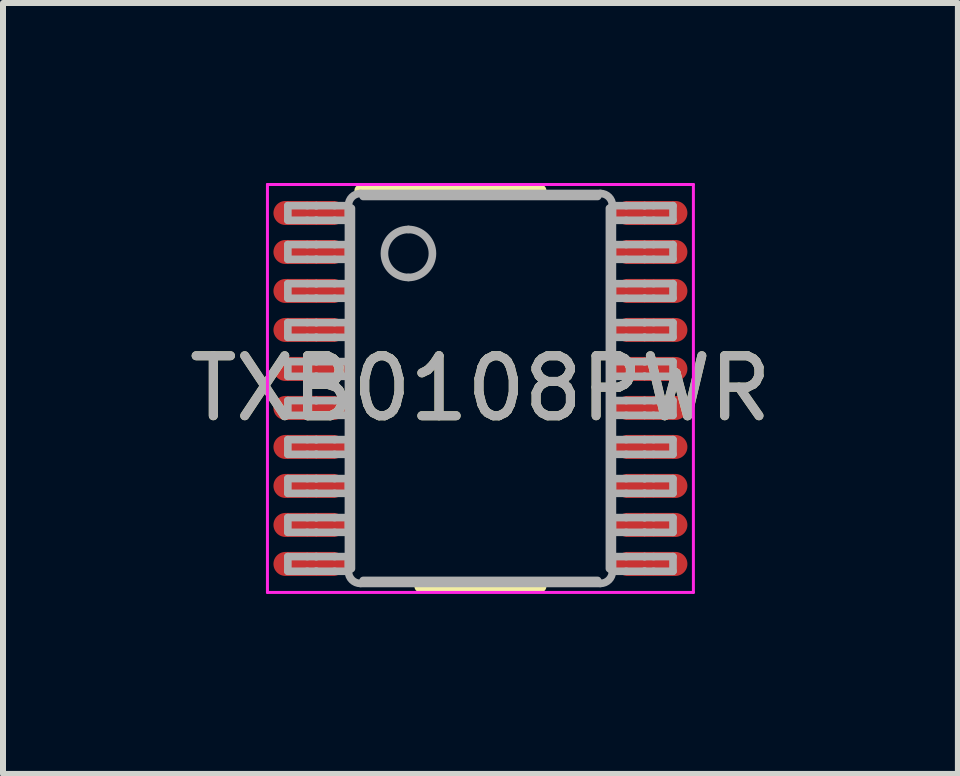
<source format=kicad_pcb>
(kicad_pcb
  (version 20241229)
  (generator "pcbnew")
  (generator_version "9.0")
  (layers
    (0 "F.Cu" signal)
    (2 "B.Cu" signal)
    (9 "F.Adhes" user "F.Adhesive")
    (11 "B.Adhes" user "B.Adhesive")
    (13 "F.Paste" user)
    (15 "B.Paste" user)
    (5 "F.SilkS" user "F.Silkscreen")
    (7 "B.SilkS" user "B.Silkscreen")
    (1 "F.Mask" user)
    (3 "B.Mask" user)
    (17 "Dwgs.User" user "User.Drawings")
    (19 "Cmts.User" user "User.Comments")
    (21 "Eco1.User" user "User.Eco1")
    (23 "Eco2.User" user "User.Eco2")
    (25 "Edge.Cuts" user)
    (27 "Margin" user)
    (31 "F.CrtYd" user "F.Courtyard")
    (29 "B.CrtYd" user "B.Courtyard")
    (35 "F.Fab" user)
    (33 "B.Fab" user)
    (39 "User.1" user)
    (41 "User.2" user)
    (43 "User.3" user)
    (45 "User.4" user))
  (footprint "TXB0108PWR"
    (layer "F.Cu")
    (at 4.958 3.425)
    (property "Reference" "TXB0108PWR" (at 0 0 0) (unlocked yes) (layer "F.SilkS") (effects (font (size 1 1) (thickness 0.15))))
    (attr smd)
    (fp_line (start -2 -3.3) (end 1 -3.3) (stroke (width 0.2) (type solid)) (layer "F.SilkS"))
    (fp_line (start -1 3.3) (end 1 3.3) (stroke (width 0.2) (type solid)) (layer "F.SilkS"))
    (fp_line (start -3.55 -3.4) (end 3.55 -3.4) (stroke (width 0.05) (type solid)) (layer "F.CrtYd"))
    (fp_line (start -3.55 3.4) (end -3.55 -3.4) (stroke (width 0.05) (type solid)) (layer "F.CrtYd"))
    (fp_line (start -3.55 3.4) (end 3.55 3.4) (stroke (width 0.05) (type solid)) (layer "F.CrtYd"))
    (fp_line (start 3.55 3.4) (end 3.55 -3.4) (stroke (width 0.05) (type solid)) (layer "F.CrtYd"))
    (fp_line (start -3.21 -3.047) (end -2.887 -3.047) (stroke (width 0.127) (type solid)) (layer "F.Fab"))
    (fp_line (start -3.21 -2.803) (end -3.21 -3.047) (stroke (width 0.127) (type solid)) (layer "F.Fab"))
    (fp_line (start -3.21 -2.803) (end -2.887 -2.803) (stroke (width 0.127) (type solid)) (layer "F.Fab"))
    (fp_line (start -3.21 -2.398) (end -2.887 -2.398) (stroke (width 0.127) (type solid)) (layer "F.Fab"))
    (fp_line (start -3.21 -2.152) (end -3.21 -2.398) (stroke (width 0.127) (type solid)) (layer "F.Fab"))
    (fp_line (start -3.21 -2.152) (end -2.887 -2.152) (stroke (width 0.127) (type solid)) (layer "F.Fab"))
    (fp_line (start -3.21 -1.747) (end -2.887 -1.747) (stroke (width 0.127) (type solid)) (layer "F.Fab"))
    (fp_line (start -3.21 -1.503) (end -3.21 -1.747) (stroke (width 0.127) (type solid)) (layer "F.Fab"))
    (fp_line (start -3.21 -1.503) (end -2.887 -1.503) (stroke (width 0.127) (type solid)) (layer "F.Fab"))
    (fp_line (start -3.21 -1.098) (end -2.887 -1.098) (stroke (width 0.127) (type solid)) (layer "F.Fab"))
    (fp_line (start -3.21 -0.852) (end -3.21 -1.098) (stroke (width 0.127) (type solid)) (layer "F.Fab"))
    (fp_line (start -3.21 -0.852) (end -2.887 -0.852) (stroke (width 0.127) (type solid)) (layer "F.Fab"))
    (fp_line (start -3.21 -0.447) (end -2.887 -0.447) (stroke (width 0.127) (type solid)) (layer "F.Fab"))
    (fp_line (start -3.21 -0.202) (end -3.21 -0.447) (stroke (width 0.127) (type solid)) (layer "F.Fab"))
    (fp_line (start -3.21 -0.202) (end -2.887 -0.202) (stroke (width 0.127) (type solid)) (layer "F.Fab"))
    (fp_line (start -3.21 0.202) (end -2.887 0.202) (stroke (width 0.127) (type solid)) (layer "F.Fab"))
    (fp_line (start -3.21 0.448) (end -3.21 0.202) (stroke (width 0.127) (type solid)) (layer "F.Fab"))
    (fp_line (start -3.21 0.448) (end -2.887 0.448) (stroke (width 0.127) (type solid)) (layer "F.Fab"))
    (fp_line (start -3.21 0.853) (end -2.887 0.853) (stroke (width 0.127) (type solid)) (layer "F.Fab"))
    (fp_line (start -3.21 1.098) (end -3.21 0.853) (stroke (width 0.127) (type solid)) (layer "F.Fab"))
    (fp_line (start -3.21 1.098) (end -2.887 1.098) (stroke (width 0.127) (type solid)) (layer "F.Fab"))
    (fp_line (start -3.21 1.503) (end -2.887 1.503) (stroke (width 0.127) (type solid)) (layer "F.Fab"))
    (fp_line (start -3.21 1.748) (end -3.21 1.503) (stroke (width 0.127) (type solid)) (layer "F.Fab"))
    (fp_line (start -3.21 1.748) (end -2.887 1.748) (stroke (width 0.127) (type solid)) (layer "F.Fab"))
    (fp_line (start -3.21 2.153) (end -2.887 2.153) (stroke (width 0.127) (type solid)) (layer "F.Fab"))
    (fp_line (start -3.21 2.398) (end -3.21 2.153) (stroke (width 0.127) (type solid)) (layer "F.Fab"))
    (fp_line (start -3.21 2.398) (end -2.887 2.398) (stroke (width 0.127) (type solid)) (layer "F.Fab"))
    (fp_line (start -3.21 2.803) (end -2.887 2.803) (stroke (width 0.127) (type solid)) (layer "F.Fab"))
    (fp_line (start -3.21 3.047) (end -3.21 2.803) (stroke (width 0.127) (type solid)) (layer "F.Fab"))
    (fp_line (start -3.21 3.047) (end -2.887 3.047) (stroke (width 0.127) (type solid)) (layer "F.Fab"))
    (fp_line (start -2.887 -3.047) (end -2.739 -3.047) (stroke (width 0.127) (type solid)) (layer "F.Fab"))
    (fp_line (start -2.887 -2.803) (end -2.739 -2.803) (stroke (width 0.127) (type solid)) (layer "F.Fab"))
    (fp_line (start -2.887 -2.398) (end -2.739 -2.398) (stroke (width 0.127) (type solid)) (layer "F.Fab"))
    (fp_line (start -2.887 -2.152) (end -2.739 -2.152) (stroke (width 0.127) (type solid)) (layer "F.Fab"))
    (fp_line (start -2.887 -1.747) (end -2.739 -1.747) (stroke (width 0.127) (type solid)) (layer "F.Fab"))
    (fp_line (start -2.887 -1.503) (end -2.739 -1.503) (stroke (width 0.127) (type solid)) (layer "F.Fab"))
    (fp_line (start -2.887 -1.098) (end -2.739 -1.098) (stroke (width 0.127) (type solid)) (layer "F.Fab"))
    (fp_line (start -2.887 -0.852) (end -2.739 -0.852) (stroke (width 0.127) (type solid)) (layer "F.Fab"))
    (fp_line (start -2.887 -0.447) (end -2.739 -0.447) (stroke (width 0.127) (type solid)) (layer "F.Fab"))
    (fp_line (start -2.887 -0.202) (end -2.739 -0.202) (stroke (width 0.127) (type solid)) (layer "F.Fab"))
    (fp_line (start -2.887 0.202) (end -2.739 0.202) (stroke (width 0.127) (type solid)) (layer "F.Fab"))
    (fp_line (start -2.887 0.448) (end -2.739 0.448) (stroke (width 0.127) (type solid)) (layer "F.Fab"))
    (fp_line (start -2.887 0.853) (end -2.739 0.853) (stroke (width 0.127) (type solid)) (layer "F.Fab"))
    (fp_line (start -2.887 1.098) (end -2.739 1.098) (stroke (width 0.127) (type solid)) (layer "F.Fab"))
    (fp_line (start -2.887 1.503) (end -2.739 1.503) (stroke (width 0.127) (type solid)) (layer "F.Fab"))
    (fp_line (start -2.887 1.748) (end -2.739 1.748) (stroke (width 0.127) (type solid)) (layer "F.Fab"))
    (fp_line (start -2.887 2.153) (end -2.739 2.153) (stroke (width 0.127) (type solid)) (layer "F.Fab"))
    (fp_line (start -2.887 2.398) (end -2.739 2.398) (stroke (width 0.127) (type solid)) (layer "F.Fab"))
    (fp_line (start -2.887 2.803) (end -2.739 2.803) (stroke (width 0.127) (type solid)) (layer "F.Fab"))
    (fp_line (start -2.887 3.047) (end -2.739 3.047) (stroke (width 0.127) (type solid)) (layer "F.Fab"))
    (fp_line (start -2.739 -3.047) (end -2.733 -3.047) (stroke (width 0.127) (type solid)) (layer "F.Fab"))
    (fp_line (start -2.739 -2.803) (end -2.733 -2.803) (stroke (width 0.127) (type solid)) (layer "F.Fab"))
    (fp_line (start -2.739 -2.398) (end -2.733 -2.398) (stroke (width 0.127) (type solid)) (layer "F.Fab"))
    (fp_line (start -2.739 -2.152) (end -2.733 -2.152) (stroke (width 0.127) (type solid)) (layer "F.Fab"))
    (fp_line (start -2.739 -1.747) (end -2.733 -1.747) (stroke (width 0.127) (type solid)) (layer "F.Fab"))
    (fp_line (start -2.739 -1.503) (end -2.733 -1.503) (stroke (width 0.127) (type solid)) (layer "F.Fab"))
    (fp_line (start -2.739 -1.098) (end -2.733 -1.098) (stroke (width 0.127) (type solid)) (layer "F.Fab"))
    (fp_line (start -2.739 -0.852) (end -2.733 -0.852) (stroke (width 0.127) (type solid)) (layer "F.Fab"))
    (fp_line (start -2.739 -0.447) (end -2.733 -0.447) (stroke (width 0.127) (type solid)) (layer "F.Fab"))
    (fp_line (start -2.739 -0.202) (end -2.733 -0.202) (stroke (width 0.127) (type solid)) (layer "F.Fab"))
    (fp_line (start -2.739 0.202) (end -2.733 0.202) (stroke (width 0.127) (type solid)) (layer "F.Fab"))
    (fp_line (start -2.739 0.448) (end -2.733 0.448) (stroke (width 0.127) (type solid)) (layer "F.Fab"))
    (fp_line (start -2.739 0.853) (end -2.733 0.853) (stroke (width 0.127) (type solid)) (layer "F.Fab"))
    (fp_line (start -2.739 1.098) (end -2.733 1.098) (stroke (width 0.127) (type solid)) (layer "F.Fab"))
    (fp_line (start -2.739 1.503) (end -2.733 1.503) (stroke (width 0.127) (type solid)) (layer "F.Fab"))
    (fp_line (start -2.739 1.748) (end -2.733 1.748) (stroke (width 0.127) (type solid)) (layer "F.Fab"))
    (fp_line (start -2.739 2.153) (end -2.733 2.153) (stroke (width 0.127) (type solid)) (layer "F.Fab"))
    (fp_line (start -2.739 2.398) (end -2.733 2.398) (stroke (width 0.127) (type solid)) (layer "F.Fab"))
    (fp_line (start -2.739 2.803) (end -2.733 2.803) (stroke (width 0.127) (type solid)) (layer "F.Fab"))
    (fp_line (start -2.739 3.047) (end -2.733 3.047) (stroke (width 0.127) (type solid)) (layer "F.Fab"))
    (fp_line (start -2.733 -3.047) (end -2.431 -3.047) (stroke (width 0.127) (type solid)) (layer "F.Fab"))
    (fp_line (start -2.733 -2.803) (end -2.431 -2.803) (stroke (width 0.127) (type solid)) (layer "F.Fab"))
    (fp_line (start -2.733 -2.398) (end -2.431 -2.398) (stroke (width 0.127) (type solid)) (layer "F.Fab"))
    (fp_line (start -2.733 -2.152) (end -2.431 -2.152) (stroke (width 0.127) (type solid)) (layer "F.Fab"))
    (fp_line (start -2.733 -1.747) (end -2.431 -1.747) (stroke (width 0.127) (type solid)) (layer "F.Fab"))
    (fp_line (start -2.733 -1.503) (end -2.431 -1.503) (stroke (width 0.127) (type solid)) (layer "F.Fab"))
    (fp_line (start -2.733 -1.098) (end -2.431 -1.098) (stroke (width 0.127) (type solid)) (layer "F.Fab"))
    (fp_line (start -2.733 -0.852) (end -2.431 -0.852) (stroke (width 0.127) (type solid)) (layer "F.Fab"))
    (fp_line (start -2.733 -0.447) (end -2.431 -0.447) (stroke (width 0.127) (type solid)) (layer "F.Fab"))
    (fp_line (start -2.733 -0.202) (end -2.431 -0.202) (stroke (width 0.127) (type solid)) (layer "F.Fab"))
    (fp_line (start -2.733 0.202) (end -2.431 0.202) (stroke (width 0.127) (type solid)) (layer "F.Fab"))
    (fp_line (start -2.733 0.448) (end -2.431 0.448) (stroke (width 0.127) (type solid)) (layer "F.Fab"))
    (fp_line (start -2.733 0.853) (end -2.431 0.853) (stroke (width 0.127) (type solid)) (layer "F.Fab"))
    (fp_line (start -2.733 1.098) (end -2.431 1.098) (stroke (width 0.127) (type solid)) (layer "F.Fab"))
    (fp_line (start -2.733 1.503) (end -2.431 1.503) (stroke (width 0.127) (type solid)) (layer "F.Fab"))
    (fp_line (start -2.733 1.748) (end -2.431 1.748) (stroke (width 0.127) (type solid)) (layer "F.Fab"))
    (fp_line (start -2.733 2.153) (end -2.431 2.153) (stroke (width 0.127) (type solid)) (layer "F.Fab"))
    (fp_line (start -2.733 2.398) (end -2.431 2.398) (stroke (width 0.127) (type solid)) (layer "F.Fab"))
    (fp_line (start -2.733 2.803) (end -2.431 2.803) (stroke (width 0.127) (type solid)) (layer "F.Fab"))
    (fp_line (start -2.733 3.047) (end -2.431 3.047) (stroke (width 0.127) (type solid)) (layer "F.Fab"))
    (fp_line (start -2.431 -3.047) (end -2.2 -3.047) (stroke (width 0.127) (type solid)) (layer "F.Fab"))
    (fp_line (start -2.431 -2.803) (end -2.2 -2.803) (stroke (width 0.127) (type solid)) (layer "F.Fab"))
    (fp_line (start -2.431 -2.398) (end -2.2 -2.398) (stroke (width 0.127) (type solid)) (layer "F.Fab"))
    (fp_line (start -2.431 -2.152) (end -2.2 -2.152) (stroke (width 0.127) (type solid)) (layer "F.Fab"))
    (fp_line (start -2.431 -1.747) (end -2.2 -1.747) (stroke (width 0.127) (type solid)) (layer "F.Fab"))
    (fp_line (start -2.431 -1.503) (end -2.2 -1.503) (stroke (width 0.127) (type solid)) (layer "F.Fab"))
    (fp_line (start -2.431 -1.098) (end -2.2 -1.098) (stroke (width 0.127) (type solid)) (layer "F.Fab"))
    (fp_line (start -2.431 -0.852) (end -2.2 -0.852) (stroke (width 0.127) (type solid)) (layer "F.Fab"))
    (fp_line (start -2.431 -0.447) (end -2.2 -0.447) (stroke (width 0.127) (type solid)) (layer "F.Fab"))
    (fp_line (start -2.431 -0.202) (end -2.2 -0.202) (stroke (width 0.127) (type solid)) (layer "F.Fab"))
    (fp_line (start -2.431 0.202) (end -2.2 0.202) (stroke (width 0.127) (type solid)) (layer "F.Fab"))
    (fp_line (start -2.431 0.448) (end -2.2 0.448) (stroke (width 0.127) (type solid)) (layer "F.Fab"))
    (fp_line (start -2.431 0.853) (end -2.2 0.853) (stroke (width 0.127) (type solid)) (layer "F.Fab"))
    (fp_line (start -2.431 1.098) (end -2.2 1.098) (stroke (width 0.127) (type solid)) (layer "F.Fab"))
    (fp_line (start -2.431 1.503) (end -2.2 1.503) (stroke (width 0.127) (type solid)) (layer "F.Fab"))
    (fp_line (start -2.431 1.748) (end -2.2 1.748) (stroke (width 0.127) (type solid)) (layer "F.Fab"))
    (fp_line (start -2.431 2.153) (end -2.2 2.153) (stroke (width 0.127) (type solid)) (layer "F.Fab"))
    (fp_line (start -2.431 2.398) (end -2.2 2.398) (stroke (width 0.127) (type solid)) (layer "F.Fab"))
    (fp_line (start -2.431 2.803) (end -2.2 2.803) (stroke (width 0.127) (type solid)) (layer "F.Fab"))
    (fp_line (start -2.431 3.047) (end -2.2 3.047) (stroke (width 0.127) (type solid)) (layer "F.Fab"))
    (fp_line (start -2.2 -2.803) (end -2.2 -3.047) (stroke (width 0.127) (type solid)) (layer "F.Fab"))
    (fp_line (start -2.2 -2.152) (end -2.2 -2.398) (stroke (width 0.127) (type solid)) (layer "F.Fab"))
    (fp_line (start -2.2 -1.503) (end -2.2 -1.747) (stroke (width 0.127) (type solid)) (layer "F.Fab"))
    (fp_line (start -2.2 -0.852) (end -2.2 -1.098) (stroke (width 0.127) (type solid)) (layer "F.Fab"))
    (fp_line (start -2.2 -0.202) (end -2.2 -0.447) (stroke (width 0.127) (type solid)) (layer "F.Fab"))
    (fp_line (start -2.2 0.448) (end -2.2 0.202) (stroke (width 0.127) (type solid)) (layer "F.Fab"))
    (fp_line (start -2.2 1.098) (end -2.2 0.853) (stroke (width 0.127) (type solid)) (layer "F.Fab"))
    (fp_line (start -2.2 1.748) (end -2.2 1.503) (stroke (width 0.127) (type solid)) (layer "F.Fab"))
    (fp_line (start -2.2 2.398) (end -2.2 2.153) (stroke (width 0.127) (type solid)) (layer "F.Fab"))
    (fp_line (start -2.2 3.047) (end -2.2 2.803) (stroke (width 0.127) (type solid)) (layer "F.Fab"))
    (fp_line (start -2.2 3.05) (end -2.2 -3.05) (stroke (width 0.127) (type solid)) (layer "F.Fab"))
    (fp_line (start -2.15 3.004) (end -2.15 -3.004) (stroke (width 0.127) (type solid)) (layer "F.Fab"))
    (fp_line (start -2 -3.25) (end 2 -3.25) (stroke (width 0.127) (type solid)) (layer "F.Fab"))
    (fp_line (start -2 3.25) (end 2 3.25) (stroke (width 0.127) (type solid)) (layer "F.Fab"))
    (fp_line (start -1.954 -3.2) (end 1.954 -3.2) (stroke (width 0.127) (type solid)) (layer "F.Fab"))
    (fp_line (start -1.954 3.2) (end 1.954 3.2) (stroke (width 0.127) (type solid)) (layer "F.Fab"))
    (fp_line (start 2.15 3.004) (end 2.15 -3.004) (stroke (width 0.127) (type solid)) (layer "F.Fab"))
    (fp_line (start 2.2 -3.047) (end 2.43 -3.047) (stroke (width 0.127) (type solid)) (layer "F.Fab"))
    (fp_line (start 2.2 -2.803) (end 2.2 -3.047) (stroke (width 0.127) (type solid)) (layer "F.Fab"))
    (fp_line (start 2.2 -2.803) (end 2.43 -2.803) (stroke (width 0.127) (type solid)) (layer "F.Fab"))
    (fp_line (start 2.2 -2.398) (end 2.43 -2.398) (stroke (width 0.127) (type solid)) (layer "F.Fab"))
    (fp_line (start 2.2 -2.152) (end 2.2 -2.398) (stroke (width 0.127) (type solid)) (layer "F.Fab"))
    (fp_line (start 2.2 -2.152) (end 2.43 -2.152) (stroke (width 0.127) (type solid)) (layer "F.Fab"))
    (fp_line (start 2.2 -1.747) (end 2.43 -1.747) (stroke (width 0.127) (type solid)) (layer "F.Fab"))
    (fp_line (start 2.2 -1.503) (end 2.2 -1.747) (stroke (width 0.127) (type solid)) (layer "F.Fab"))
    (fp_line (start 2.2 -1.503) (end 2.43 -1.503) (stroke (width 0.127) (type solid)) (layer "F.Fab"))
    (fp_line (start 2.2 -1.098) (end 2.43 -1.098) (stroke (width 0.127) (type solid)) (layer "F.Fab"))
    (fp_line (start 2.2 -0.852) (end 2.2 -1.098) (stroke (width 0.127) (type solid)) (layer "F.Fab"))
    (fp_line (start 2.2 -0.852) (end 2.43 -0.852) (stroke (width 0.127) (type solid)) (layer "F.Fab"))
    (fp_line (start 2.2 -0.447) (end 2.43 -0.447) (stroke (width 0.127) (type solid)) (layer "F.Fab"))
    (fp_line (start 2.2 -0.202) (end 2.2 -0.447) (stroke (width 0.127) (type solid)) (layer "F.Fab"))
    (fp_line (start 2.2 -0.202) (end 2.43 -0.202) (stroke (width 0.127) (type solid)) (layer "F.Fab"))
    (fp_line (start 2.2 0.202) (end 2.43 0.202) (stroke (width 0.127) (type solid)) (layer "F.Fab"))
    (fp_line (start 2.2 0.448) (end 2.2 0.202) (stroke (width 0.127) (type solid)) (layer "F.Fab"))
    (fp_line (start 2.2 0.448) (end 2.43 0.448) (stroke (width 0.127) (type solid)) (layer "F.Fab"))
    (fp_line (start 2.2 0.853) (end 2.43 0.853) (stroke (width 0.127) (type solid)) (layer "F.Fab"))
    (fp_line (start 2.2 1.098) (end 2.2 0.853) (stroke (width 0.127) (type solid)) (layer "F.Fab"))
    (fp_line (start 2.2 1.098) (end 2.43 1.098) (stroke (width 0.127) (type solid)) (layer "F.Fab"))
    (fp_line (start 2.2 1.503) (end 2.43 1.503) (stroke (width 0.127) (type solid)) (layer "F.Fab"))
    (fp_line (start 2.2 1.748) (end 2.2 1.503) (stroke (width 0.127) (type solid)) (layer "F.Fab"))
    (fp_line (start 2.2 1.748) (end 2.43 1.748) (stroke (width 0.127) (type solid)) (layer "F.Fab"))
    (fp_line (start 2.2 2.153) (end 2.43 2.153) (stroke (width 0.127) (type solid)) (layer "F.Fab"))
    (fp_line (start 2.2 2.398) (end 2.2 2.153) (stroke (width 0.127) (type solid)) (layer "F.Fab"))
    (fp_line (start 2.2 2.398) (end 2.43 2.398) (stroke (width 0.127) (type solid)) (layer "F.Fab"))
    (fp_line (start 2.2 2.803) (end 2.43 2.803) (stroke (width 0.127) (type solid)) (layer "F.Fab"))
    (fp_line (start 2.2 3.047) (end 2.2 2.803) (stroke (width 0.127) (type solid)) (layer "F.Fab"))
    (fp_line (start 2.2 3.047) (end 2.43 3.047) (stroke (width 0.127) (type solid)) (layer "F.Fab"))
    (fp_line (start 2.2 3.05) (end 2.2 -3.05) (stroke (width 0.127) (type solid)) (layer "F.Fab"))
    (fp_line (start 2.43 -3.047) (end 2.733 -3.047) (stroke (width 0.127) (type solid)) (layer "F.Fab"))
    (fp_line (start 2.43 -2.803) (end 2.733 -2.803) (stroke (width 0.127) (type solid)) (layer "F.Fab"))
    (fp_line (start 2.43 -2.398) (end 2.733 -2.398) (stroke (width 0.127) (type solid)) (layer "F.Fab"))
    (fp_line (start 2.43 -2.152) (end 2.733 -2.152) (stroke (width 0.127) (type solid)) (layer "F.Fab"))
    (fp_line (start 2.43 -1.747) (end 2.733 -1.747) (stroke (width 0.127) (type solid)) (layer "F.Fab"))
    (fp_line (start 2.43 -1.503) (end 2.733 -1.503) (stroke (width 0.127) (type solid)) (layer "F.Fab"))
    (fp_line (start 2.43 -1.098) (end 2.733 -1.098) (stroke (width 0.127) (type solid)) (layer "F.Fab"))
    (fp_line (start 2.43 -0.852) (end 2.733 -0.852) (stroke (width 0.127) (type solid)) (layer "F.Fab"))
    (fp_line (start 2.43 -0.447) (end 2.733 -0.447) (stroke (width 0.127) (type solid)) (layer "F.Fab"))
    (fp_line (start 2.43 -0.202) (end 2.733 -0.202) (stroke (width 0.127) (type solid)) (layer "F.Fab"))
    (fp_line (start 2.43 0.202) (end 2.733 0.202) (stroke (width 0.127) (type solid)) (layer "F.Fab"))
    (fp_line (start 2.43 0.448) (end 2.733 0.448) (stroke (width 0.127) (type solid)) (layer "F.Fab"))
    (fp_line (start 2.43 0.853) (end 2.733 0.853) (stroke (width 0.127) (type solid)) (layer "F.Fab"))
    (fp_line (start 2.43 1.098) (end 2.733 1.098) (stroke (width 0.127) (type solid)) (layer "F.Fab"))
    (fp_line (start 2.43 1.503) (end 2.733 1.503) (stroke (width 0.127) (type solid)) (layer "F.Fab"))
    (fp_line (start 2.43 1.748) (end 2.733 1.748) (stroke (width 0.127) (type solid)) (layer "F.Fab"))
    (fp_line (start 2.43 2.153) (end 2.733 2.153) (stroke (width 0.127) (type solid)) (layer "F.Fab"))
    (fp_line (start 2.43 2.398) (end 2.733 2.398) (stroke (width 0.127) (type solid)) (layer "F.Fab"))
    (fp_line (start 2.43 2.803) (end 2.733 2.803) (stroke (width 0.127) (type solid)) (layer "F.Fab"))
    (fp_line (start 2.43 3.047) (end 2.733 3.047) (stroke (width 0.127) (type solid)) (layer "F.Fab"))
    (fp_line (start 2.733 -3.047) (end 2.739 -3.047) (stroke (width 0.127) (type solid)) (layer "F.Fab"))
    (fp_line (start 2.733 -2.803) (end 2.739 -2.803) (stroke (width 0.127) (type solid)) (layer "F.Fab"))
    (fp_line (start 2.733 -2.398) (end 2.739 -2.398) (stroke (width 0.127) (type solid)) (layer "F.Fab"))
    (fp_line (start 2.733 -2.152) (end 2.739 -2.152) (stroke (width 0.127) (type solid)) (layer "F.Fab"))
    (fp_line (start 2.733 -1.747) (end 2.739 -1.747) (stroke (width 0.127) (type solid)) (layer "F.Fab"))
    (fp_line (start 2.733 -1.503) (end 2.739 -1.503) (stroke (width 0.127) (type solid)) (layer "F.Fab"))
    (fp_line (start 2.733 -1.098) (end 2.739 -1.098) (stroke (width 0.127) (type solid)) (layer "F.Fab"))
    (fp_line (start 2.733 -0.852) (end 2.739 -0.852) (stroke (width 0.127) (type solid)) (layer "F.Fab"))
    (fp_line (start 2.733 -0.447) (end 2.739 -0.447) (stroke (width 0.127) (type solid)) (layer "F.Fab"))
    (fp_line (start 2.733 -0.202) (end 2.739 -0.202) (stroke (width 0.127) (type solid)) (layer "F.Fab"))
    (fp_line (start 2.733 0.202) (end 2.739 0.202) (stroke (width 0.127) (type solid)) (layer "F.Fab"))
    (fp_line (start 2.733 0.448) (end 2.739 0.448) (stroke (width 0.127) (type solid)) (layer "F.Fab"))
    (fp_line (start 2.733 0.853) (end 2.739 0.853) (stroke (width 0.127) (type solid)) (layer "F.Fab"))
    (fp_line (start 2.733 1.098) (end 2.739 1.098) (stroke (width 0.127) (type solid)) (layer "F.Fab"))
    (fp_line (start 2.733 1.503) (end 2.739 1.503) (stroke (width 0.127) (type solid)) (layer "F.Fab"))
    (fp_line (start 2.733 1.748) (end 2.739 1.748) (stroke (width 0.127) (type solid)) (layer "F.Fab"))
    (fp_line (start 2.733 2.153) (end 2.739 2.153) (stroke (width 0.127) (type solid)) (layer "F.Fab"))
    (fp_line (start 2.733 2.398) (end 2.739 2.398) (stroke (width 0.127) (type solid)) (layer "F.Fab"))
    (fp_line (start 2.733 2.803) (end 2.739 2.803) (stroke (width 0.127) (type solid)) (layer "F.Fab"))
    (fp_line (start 2.733 3.047) (end 2.739 3.047) (stroke (width 0.127) (type solid)) (layer "F.Fab"))
    (fp_line (start 2.739 -3.047) (end 2.887 -3.047) (stroke (width 0.127) (type solid)) (layer "F.Fab"))
    (fp_line (start 2.739 -2.803) (end 2.887 -2.803) (stroke (width 0.127) (type solid)) (layer "F.Fab"))
    (fp_line (start 2.739 -2.398) (end 2.887 -2.398) (stroke (width 0.127) (type solid)) (layer "F.Fab"))
    (fp_line (start 2.739 -2.152) (end 2.887 -2.152) (stroke (width 0.127) (type solid)) (layer "F.Fab"))
    (fp_line (start 2.739 -1.747) (end 2.887 -1.747) (stroke (width 0.127) (type solid)) (layer "F.Fab"))
    (fp_line (start 2.739 -1.503) (end 2.887 -1.503) (stroke (width 0.127) (type solid)) (layer "F.Fab"))
    (fp_line (start 2.739 -1.098) (end 2.887 -1.098) (stroke (width 0.127) (type solid)) (layer "F.Fab"))
    (fp_line (start 2.739 -0.852) (end 2.887 -0.852) (stroke (width 0.127) (type solid)) (layer "F.Fab"))
    (fp_line (start 2.739 -0.447) (end 2.887 -0.447) (stroke (width 0.127) (type solid)) (layer "F.Fab"))
    (fp_line (start 2.739 -0.202) (end 2.887 -0.202) (stroke (width 0.127) (type solid)) (layer "F.Fab"))
    (fp_line (start 2.739 0.202) (end 2.887 0.202) (stroke (width 0.127) (type solid)) (layer "F.Fab"))
    (fp_line (start 2.739 0.448) (end 2.887 0.448) (stroke (width 0.127) (type solid)) (layer "F.Fab"))
    (fp_line (start 2.739 0.853) (end 2.887 0.853) (stroke (width 0.127) (type solid)) (layer "F.Fab"))
    (fp_line (start 2.739 1.098) (end 2.887 1.098) (stroke (width 0.127) (type solid)) (layer "F.Fab"))
    (fp_line (start 2.739 1.503) (end 2.887 1.503) (stroke (width 0.127) (type solid)) (layer "F.Fab"))
    (fp_line (start 2.739 1.748) (end 2.887 1.748) (stroke (width 0.127) (type solid)) (layer "F.Fab"))
    (fp_line (start 2.739 2.153) (end 2.887 2.153) (stroke (width 0.127) (type solid)) (layer "F.Fab"))
    (fp_line (start 2.739 2.398) (end 2.887 2.398) (stroke (width 0.127) (type solid)) (layer "F.Fab"))
    (fp_line (start 2.739 2.803) (end 2.887 2.803) (stroke (width 0.127) (type solid)) (layer "F.Fab"))
    (fp_line (start 2.739 3.047) (end 2.887 3.047) (stroke (width 0.127) (type solid)) (layer "F.Fab"))
    (fp_line (start 2.887 -3.047) (end 3.21 -3.047) (stroke (width 0.127) (type solid)) (layer "F.Fab"))
    (fp_line (start 2.887 -2.803) (end 3.21 -2.803) (stroke (width 0.127) (type solid)) (layer "F.Fab"))
    (fp_line (start 2.887 -2.398) (end 3.21 -2.398) (stroke (width 0.127) (type solid)) (layer "F.Fab"))
    (fp_line (start 2.887 -2.152) (end 3.21 -2.152) (stroke (width 0.127) (type solid)) (layer "F.Fab"))
    (fp_line (start 2.887 -1.747) (end 3.21 -1.747) (stroke (width 0.127) (type solid)) (layer "F.Fab"))
    (fp_line (start 2.887 -1.503) (end 3.21 -1.503) (stroke (width 0.127) (type solid)) (layer "F.Fab"))
    (fp_line (start 2.887 -1.098) (end 3.21 -1.098) (stroke (width 0.127) (type solid)) (layer "F.Fab"))
    (fp_line (start 2.887 -0.852) (end 3.21 -0.852) (stroke (width 0.127) (type solid)) (layer "F.Fab"))
    (fp_line (start 2.887 -0.447) (end 3.21 -0.447) (stroke (width 0.127) (type solid)) (layer "F.Fab"))
    (fp_line (start 2.887 -0.202) (end 3.21 -0.202) (stroke (width 0.127) (type solid)) (layer "F.Fab"))
    (fp_line (start 2.887 0.202) (end 3.21 0.202) (stroke (width 0.127) (type solid)) (layer "F.Fab"))
    (fp_line (start 2.887 0.448) (end 3.21 0.448) (stroke (width 0.127) (type solid)) (layer "F.Fab"))
    (fp_line (start 2.887 0.853) (end 3.21 0.853) (stroke (width 0.127) (type solid)) (layer "F.Fab"))
    (fp_line (start 2.887 1.098) (end 3.21 1.098) (stroke (width 0.127) (type solid)) (layer "F.Fab"))
    (fp_line (start 2.887 1.503) (end 3.21 1.503) (stroke (width 0.127) (type solid)) (layer "F.Fab"))
    (fp_line (start 2.887 1.748) (end 3.21 1.748) (stroke (width 0.127) (type solid)) (layer "F.Fab"))
    (fp_line (start 2.887 2.153) (end 3.21 2.153) (stroke (width 0.127) (type solid)) (layer "F.Fab"))
    (fp_line (start 2.887 2.398) (end 3.21 2.398) (stroke (width 0.127) (type solid)) (layer "F.Fab"))
    (fp_line (start 2.887 2.803) (end 3.21 2.803) (stroke (width 0.127) (type solid)) (layer "F.Fab"))
    (fp_line (start 2.887 3.047) (end 3.21 3.047) (stroke (width 0.127) (type solid)) (layer "F.Fab"))
    (fp_line (start 3.21 -2.803) (end 3.21 -3.047) (stroke (width 0.127) (type solid)) (layer "F.Fab"))
    (fp_line (start 3.21 -2.152) (end 3.21 -2.398) (stroke (width 0.127) (type solid)) (layer "F.Fab"))
    (fp_line (start 3.21 -1.503) (end 3.21 -1.747) (stroke (width 0.127) (type solid)) (layer "F.Fab"))
    (fp_line (start 3.21 -0.852) (end 3.21 -1.098) (stroke (width 0.127) (type solid)) (layer "F.Fab"))
    (fp_line (start 3.21 -0.202) (end 3.21 -0.447) (stroke (width 0.127) (type solid)) (layer "F.Fab"))
    (fp_line (start 3.21 0.448) (end 3.21 0.202) (stroke (width 0.127) (type solid)) (layer "F.Fab"))
    (fp_line (start 3.21 1.098) (end 3.21 0.853) (stroke (width 0.127) (type solid)) (layer "F.Fab"))
    (fp_line (start 3.21 1.748) (end 3.21 1.503) (stroke (width 0.127) (type solid)) (layer "F.Fab"))
    (fp_line (start 3.21 2.398) (end 3.21 2.153) (stroke (width 0.127) (type solid)) (layer "F.Fab"))
    (fp_line (start 3.21 3.047) (end 3.21 2.803) (stroke (width 0.127) (type solid)) (layer "F.Fab"))
    (fp_arc (start -2.200026 -3.050001) (mid -2.141435 -3.191428) (end -2.000001 -3.250001) (stroke (width 0.127) (type solid)) (layer "F.Fab"))
    (fp_arc (start -2.000001 3.250011) (mid -2.141435 3.191438) (end -2.200026 3.050012) (stroke (width 0.127) (type solid)) (layer "F.Fab"))
    (fp_arc (start -1.200003 -2.650002) (mid -0.800003 -2.250003) (end -1.200003 -1.850004) (stroke (width 0.127) (type solid)) (layer "F.Fab"))
    (fp_arc (start -1.200003 -1.850004) (mid -1.600002 -2.250003) (end -1.200003 -2.650002) (stroke (width 0.127) (type solid)) (layer "F.Fab"))
    (fp_arc (start 1.999991 -3.250001) (mid 2.141412 -3.191423) (end 2.199991 -3.050002) (stroke (width 0.127) (type solid)) (layer "F.Fab"))
    (fp_arc (start 2.199991 3.050012) (mid 2.141412 3.191433) (end 1.999991 3.250011) (stroke (width 0.127) (type solid)) (layer "F.Fab"))
    (fp_text user "${REFERENCE}" (at 0 0 0) (unlocked yes) (layer "F.Fab") (effects (font (size 1 1) (thickness 0.15))))
    (pad "1" smd oval (at -2.85 -2.925 90) (size 0.4 1.2) (layers "F.Cu" "F.Mask" "F.Paste"))
    (pad "2" smd oval (at -2.85 -2.275 90) (size 0.4 1.2) (layers "F.Cu" "F.Mask" "F.Paste"))
    (pad "3" smd oval (at -2.85 -1.625 90) (size 0.4 1.2) (layers "F.Cu" "F.Mask" "F.Paste"))
    (pad "4" smd oval (at -2.85 -0.975 90) (size 0.4 1.2) (layers "F.Cu" "F.Mask" "F.Paste"))
    (pad "5" smd oval (at -2.85 -0.325 90) (size 0.4 1.2) (layers "F.Cu" "F.Mask" "F.Paste"))
    (pad "6" smd oval (at -2.85 0.325 90) (size 0.4 1.2) (layers "F.Cu" "F.Mask" "F.Paste"))
    (pad "7" smd oval (at -2.85 0.975 90) (size 0.4 1.2) (layers "F.Cu" "F.Mask" "F.Paste"))
    (pad "8" smd oval (at -2.85 1.625 90) (size 0.4 1.2) (layers "F.Cu" "F.Mask" "F.Paste"))
    (pad "9" smd oval (at -2.85 2.275 90) (size 0.4 1.2) (layers "F.Cu" "F.Mask" "F.Paste"))
    (pad "10" smd oval (at -2.85 2.925 90) (size 0.4 1.2) (layers "F.Cu" "F.Mask" "F.Paste"))
    (pad "11" smd oval (at 2.85 2.925 90) (size 0.4 1.2) (layers "F.Cu" "F.Mask" "F.Paste"))
    (pad "12" smd oval (at 2.85 2.275 90) (size 0.4 1.2) (layers "F.Cu" "F.Mask" "F.Paste"))
    (pad "13" smd oval (at 2.85 1.625 90) (size 0.4 1.2) (layers "F.Cu" "F.Mask" "F.Paste"))
    (pad "14" smd oval (at 2.85 0.975 90) (size 0.4 1.2) (layers "F.Cu" "F.Mask" "F.Paste"))
    (pad "15" smd oval (at 2.85 0.325 90) (size 0.4 1.2) (layers "F.Cu" "F.Mask" "F.Paste"))
    (pad "16" smd oval (at 2.85 -0.325 90) (size 0.4 1.2) (layers "F.Cu" "F.Mask" "F.Paste"))
    (pad "17" smd oval (at 2.85 -0.975 90) (size 0.4 1.2) (layers "F.Cu" "F.Mask" "F.Paste"))
    (pad "18" smd oval (at 2.85 -1.625 90) (size 0.4 1.2) (layers "F.Cu" "F.Mask" "F.Paste"))
    (pad "19" smd oval (at 2.85 -2.275 90) (size 0.4 1.2) (layers "F.Cu" "F.Mask" "F.Paste"))
    (pad "20" smd oval (at 2.85 -2.925 90) (size 0.4 1.2) (layers "F.Cu" "F.Mask" "F.Paste")))
  (gr_rect
    (start -3 -3)
    (end 12.917 9.85)
    (stroke (width 0.1) (type default))
    (fill no)
    (layer "Edge.Cuts")))
</source>
